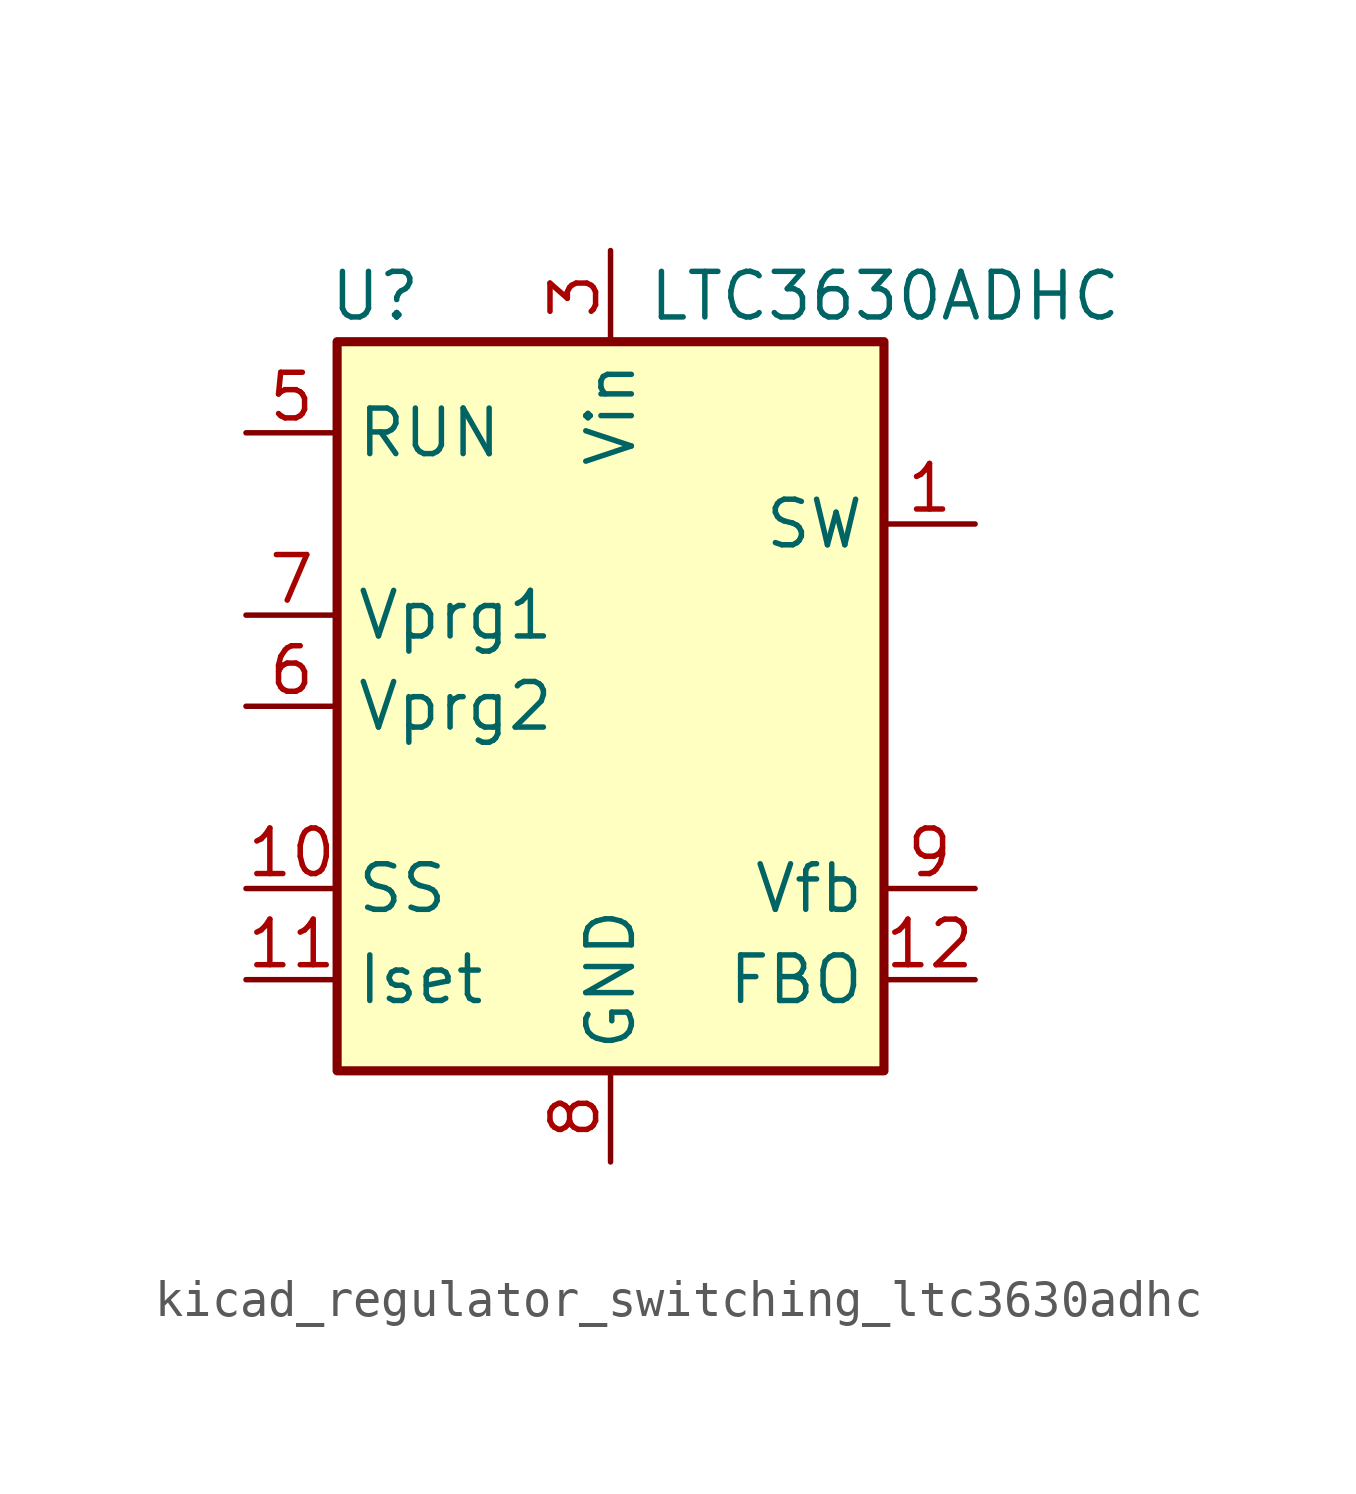
<source format=kicad_sym>
(kicad_symbol_lib
  (version 20220914)
  (generator kicad_symbol_editor)
  (symbol "kicad_regulator_switching_ltc3630adhc"
    (property "Reference" "U"
      (at -7.874 11.43 0)
      (effects (font (size 1.27 1.27)) (justify left)))
    (property "Value" "LTC3630ADHC"
      (at 1.016 11.43 0)
      (effects (font (size 1.27 1.27)) (justify left)))
    (symbol "kicad_regulator_switching_ltc3630adhc_0_1"
      (rectangle (start -7.62 10.16) (end 7.62 -10.16) (stroke (width 0.254) (type default)) (fill (type background))))
    (symbol "kicad_regulator_switching_ltc3630adhc_1_1"
      (pin passive line (at 10.16 5.08 180) (length 2.54) (name "SW" (effects (font (size 1.27 1.27)))) (number "1" (effects (font (size 1.27 1.27)))))
      (pin passive line (at -10.16 -5.08 0) (length 2.54) (name "SS" (effects (font (size 1.27 1.27)))) (number "10" (effects (font (size 1.27 1.27)))))
      (pin passive line (at -10.16 -7.62 0) (length 2.54) (name "Iset" (effects (font (size 1.27 1.27)))) (number "11" (effects (font (size 1.27 1.27)))))
      (pin output line (at 10.16 -7.62 180) (length 2.54) (name "FBO" (effects (font (size 1.27 1.27)))) (number "12" (effects (font (size 1.27 1.27)))))
      (pin no_connect line (at 5.08 2.54 180) (length 2.54) hide (name "NC" (effects (font (size 1.27 1.27)))) (number "13" (effects (font (size 1.27 1.27)))))
      (pin passive line (at 0 -12.7 90) (length 2.54) hide (name "GND" (effects (font (size 1.27 1.27)))) (number "14" (effects (font (size 1.27 1.27)))))
      (pin no_connect line (at -5.08 5.08 0) (length 2.54) hide (name "NC" (effects (font (size 1.27 1.27)))) (number "15" (effects (font (size 1.27 1.27)))))
      (pin passive line (at 0 -12.7 90) (length 2.54) hide (name "GND" (effects (font (size 1.27 1.27)))) (number "16" (effects (font (size 1.27 1.27)))))
      (pin passive line (at 0 -12.7 90) (length 2.54) hide (name "GND" (effects (font (size 1.27 1.27)))) (number "17" (effects (font (size 1.27 1.27)))))
      (pin no_connect line (at 5.08 0 180) (length 2.54) hide (name "NC" (effects (font (size 1.27 1.27)))) (number "2" (effects (font (size 1.27 1.27)))))
      (pin power_in line (at 0 12.7 270) (length 2.54) (name "Vin" (effects (font (size 1.27 1.27)))) (number "3" (effects (font (size 1.27 1.27)))))
      (pin no_connect line (at 5.08 -2.54 180) (length 2.54) hide (name "NC" (effects (font (size 1.27 1.27)))) (number "4" (effects (font (size 1.27 1.27)))))
      (pin input line (at -10.16 7.62 0) (length 2.54) (name "RUN" (effects (font (size 1.27 1.27)))) (number "5" (effects (font (size 1.27 1.27)))))
      (pin input line (at -10.16 0 0) (length 2.54) (name "Vprg2" (effects (font (size 1.27 1.27)))) (number "6" (effects (font (size 1.27 1.27)))))
      (pin input line (at -10.16 2.54 0) (length 2.54) (name "Vprg1" (effects (font (size 1.27 1.27)))) (number "7" (effects (font (size 1.27 1.27)))))
      (pin power_in line (at 0 -12.7 90) (length 2.54) (name "GND" (effects (font (size 1.27 1.27)))) (number "8" (effects (font (size 1.27 1.27)))))
      (pin input line (at 10.16 -5.08 180) (length 2.54) (name "Vfb" (effects (font (size 1.27 1.27)))) (number "9" (effects (font (size 1.27 1.27))))))))
</source>
